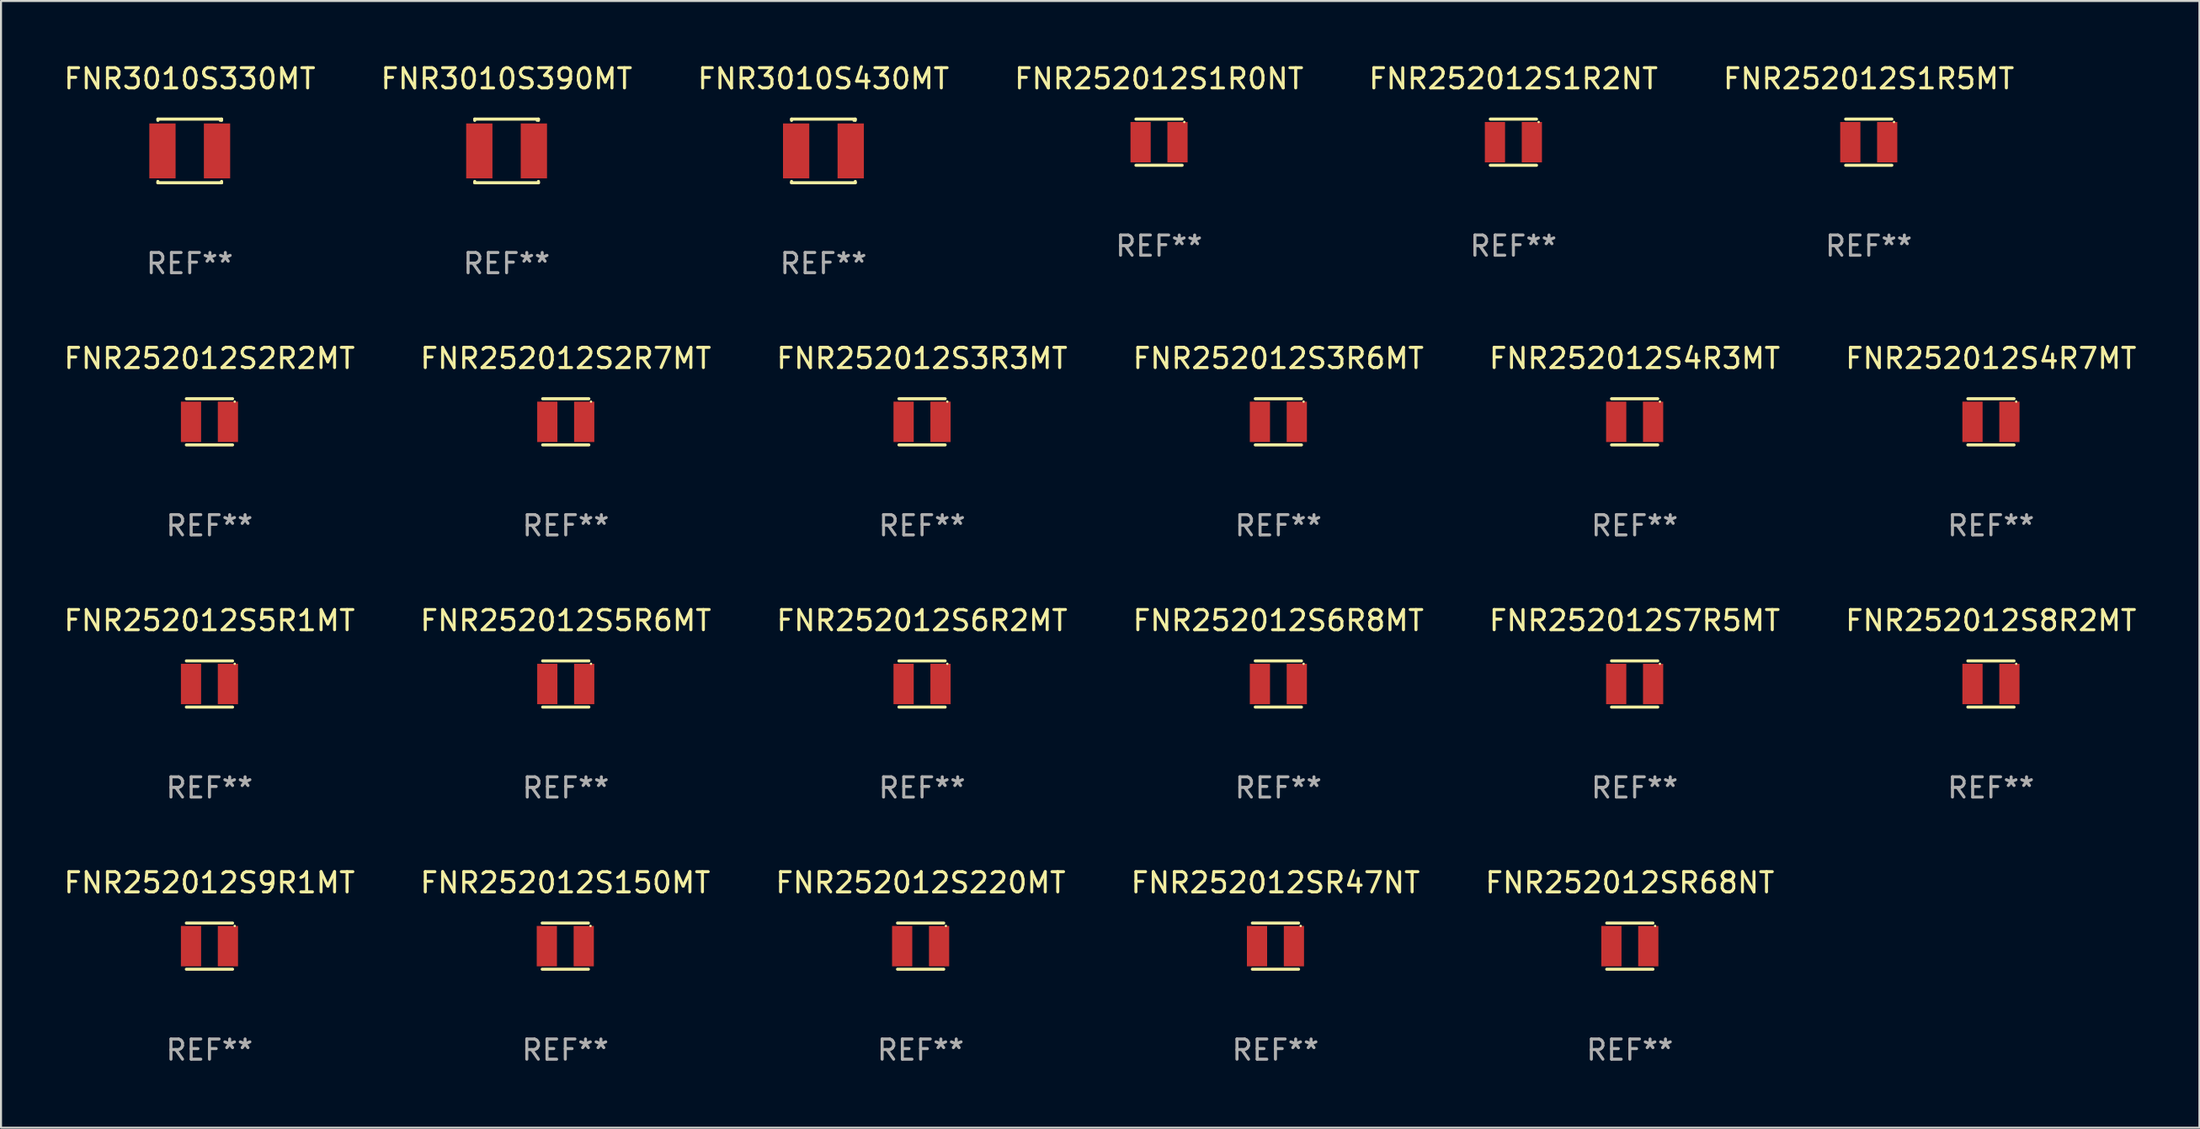
<source format=kicad_pcb>
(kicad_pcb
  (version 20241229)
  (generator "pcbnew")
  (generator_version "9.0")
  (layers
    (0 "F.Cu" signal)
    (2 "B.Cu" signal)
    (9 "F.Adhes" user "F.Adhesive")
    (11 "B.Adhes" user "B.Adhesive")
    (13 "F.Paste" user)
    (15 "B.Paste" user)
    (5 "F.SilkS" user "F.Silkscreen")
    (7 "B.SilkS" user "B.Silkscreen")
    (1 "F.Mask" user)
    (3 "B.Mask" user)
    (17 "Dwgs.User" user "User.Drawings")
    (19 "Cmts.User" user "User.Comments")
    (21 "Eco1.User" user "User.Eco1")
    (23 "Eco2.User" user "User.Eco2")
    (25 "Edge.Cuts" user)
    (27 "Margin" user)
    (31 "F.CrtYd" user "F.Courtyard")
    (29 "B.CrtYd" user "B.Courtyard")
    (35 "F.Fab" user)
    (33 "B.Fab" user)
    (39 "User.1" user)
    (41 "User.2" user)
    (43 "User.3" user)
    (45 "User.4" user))
  (footprint "FNR252012S6R8MT"
    (layer "F.Cu")
    (at 60.208 30.823)
    (property "Reference" "FNR252012S6R8MT" (at 0 -3.143 0) (layer "F.SilkS") (effects (font (size 1 1) (thickness 0.15))))
    (attr through_hole)
    (fp_line (start -1.143 -1.143) (end 1.143 -1.143) (stroke (width 0.152) (type solid)) (layer "F.SilkS"))
    (fp_line (start -1.143 1.143) (end 1.143 1.143) (stroke (width 0.152) (type solid)) (layer "F.SilkS"))
    (fp_circle (center 1.25 -1) (end 1.28 -1) (stroke (width 0.06) (type solid)) (fill no) (layer "F.SilkS"))
    (fp_text user "REF**" (at 0 5.143 0) (layer "F.Fab") (effects (font (size 1 1) (thickness 0.15))))
    (pad "1" smd rect (at 0.913 0) (size 1 2) (layers "F.Cu" "F.Mask" "F.Paste"))
    (pad "2" smd rect (at -0.913 0) (size 1 2) (layers "F.Cu" "F.Mask" "F.Paste")))
  (footprint "FNR252012S1R2NT"
    (layer "F.Cu")
    (at 71.839 3.991)
    (property "Reference" "FNR252012S1R2NT" (at 0 -3.143 0) (layer "F.SilkS") (effects (font (size 1 1) (thickness 0.15))))
    (attr through_hole)
    (fp_line (start -1.143 -1.143) (end 1.143 -1.143) (stroke (width 0.152) (type solid)) (layer "F.SilkS"))
    (fp_line (start -1.143 1.143) (end 1.143 1.143) (stroke (width 0.152) (type solid)) (layer "F.SilkS"))
    (fp_circle (center 1.25 -1) (end 1.28 -1) (stroke (width 0.06) (type solid)) (fill no) (layer "F.SilkS"))
    (fp_text user "REF**" (at 0 5.143 0) (layer "F.Fab") (effects (font (size 1 1) (thickness 0.15))))
    (pad "1" smd rect (at 0.913 0) (size 1 2) (layers "F.Cu" "F.Mask" "F.Paste"))
    (pad "2" smd rect (at -0.913 0) (size 1 2) (layers "F.Cu" "F.Mask" "F.Paste")))
  (footprint "FNR252012S3R6MT"
    (layer "F.Cu")
    (at 60.208 17.84)
    (property "Reference" "FNR252012S3R6MT" (at 0 -3.143 0) (layer "F.SilkS") (effects (font (size 1 1) (thickness 0.15))))
    (attr through_hole)
    (fp_line (start -1.143 -1.143) (end 1.143 -1.143) (stroke (width 0.152) (type solid)) (layer "F.SilkS"))
    (fp_line (start -1.143 1.143) (end 1.143 1.143) (stroke (width 0.152) (type solid)) (layer "F.SilkS"))
    (fp_circle (center 1.25 -1) (end 1.28 -1) (stroke (width 0.06) (type solid)) (fill no) (layer "F.SilkS"))
    (fp_text user "REF**" (at 0 5.143 0) (layer "F.Fab") (effects (font (size 1 1) (thickness 0.15))))
    (pad "1" smd rect (at 0.913 0) (size 1 2) (layers "F.Cu" "F.Mask" "F.Paste"))
    (pad "2" smd rect (at -0.913 0) (size 1 2) (layers "F.Cu" "F.Mask" "F.Paste")))
  (footprint "FNR252012S1R0NT"
    (layer "F.Cu")
    (at 54.304 3.991)
    (property "Reference" "FNR252012S1R0NT" (at 0 -3.143 0) (layer "F.SilkS") (effects (font (size 1 1) (thickness 0.15))))
    (attr through_hole)
    (fp_line (start -1.143 -1.143) (end 1.143 -1.143) (stroke (width 0.152) (type solid)) (layer "F.SilkS"))
    (fp_line (start -1.143 1.143) (end 1.143 1.143) (stroke (width 0.152) (type solid)) (layer "F.SilkS"))
    (fp_circle (center 1.25 -1) (end 1.28 -1) (stroke (width 0.06) (type solid)) (fill no) (layer "F.SilkS"))
    (fp_text user "REF**" (at 0 5.143 0) (layer "F.Fab") (effects (font (size 1 1) (thickness 0.15))))
    (pad "1" smd rect (at 0.913 0) (size 1 2) (layers "F.Cu" "F.Mask" "F.Paste"))
    (pad "2" smd rect (at -0.913 0) (size 1 2) (layers "F.Cu" "F.Mask" "F.Paste")))
  (footprint "FNR252012S3R3MT"
    (layer "F.Cu")
    (at 42.577 17.84)
    (property "Reference" "FNR252012S3R3MT" (at 0 -3.143 0) (layer "F.SilkS") (effects (font (size 1 1) (thickness 0.15))))
    (attr through_hole)
    (fp_line (start -1.143 -1.143) (end 1.143 -1.143) (stroke (width 0.152) (type solid)) (layer "F.SilkS"))
    (fp_line (start -1.143 1.143) (end 1.143 1.143) (stroke (width 0.152) (type solid)) (layer "F.SilkS"))
    (fp_circle (center 1.25 -1) (end 1.28 -1) (stroke (width 0.06) (type solid)) (fill no) (layer "F.SilkS"))
    (fp_text user "REF**" (at 0 5.143 0) (layer "F.Fab") (effects (font (size 1 1) (thickness 0.15))))
    (pad "1" smd rect (at 0.913 0) (size 1 2) (layers "F.Cu" "F.Mask" "F.Paste"))
    (pad "2" smd rect (at -0.913 0) (size 1 2) (layers "F.Cu" "F.Mask" "F.Paste")))
  (footprint "FNR252012S2R7MT"
    (layer "F.Cu")
    (at 24.946 17.84)
    (property "Reference" "FNR252012S2R7MT" (at 0 -3.143 0) (layer "F.SilkS") (effects (font (size 1 1) (thickness 0.15))))
    (attr through_hole)
    (fp_line (start -1.143 -1.143) (end 1.143 -1.143) (stroke (width 0.152) (type solid)) (layer "F.SilkS"))
    (fp_line (start -1.143 1.143) (end 1.143 1.143) (stroke (width 0.152) (type solid)) (layer "F.SilkS"))
    (fp_circle (center 1.25 -1) (end 1.28 -1) (stroke (width 0.06) (type solid)) (fill no) (layer "F.SilkS"))
    (fp_text user "REF**" (at 0 5.143 0) (layer "F.Fab") (effects (font (size 1 1) (thickness 0.15))))
    (pad "1" smd rect (at 0.913 0) (size 1 2) (layers "F.Cu" "F.Mask" "F.Paste"))
    (pad "2" smd rect (at -0.913 0) (size 1 2) (layers "F.Cu" "F.Mask" "F.Paste")))
  (footprint "FNR252012S7R5MT"
    (layer "F.Cu")
    (at 77.839 30.823)
    (property "Reference" "FNR252012S7R5MT" (at 0 -3.143 0) (layer "F.SilkS") (effects (font (size 1 1) (thickness 0.15))))
    (attr through_hole)
    (fp_line (start -1.143 -1.143) (end 1.143 -1.143) (stroke (width 0.152) (type solid)) (layer "F.SilkS"))
    (fp_line (start -1.143 1.143) (end 1.143 1.143) (stroke (width 0.152) (type solid)) (layer "F.SilkS"))
    (fp_circle (center 1.25 -1) (end 1.28 -1) (stroke (width 0.06) (type solid)) (fill no) (layer "F.SilkS"))
    (fp_text user "REF**" (at 0 5.143 0) (layer "F.Fab") (effects (font (size 1 1) (thickness 0.15))))
    (pad "1" smd rect (at 0.913 0) (size 1 2) (layers "F.Cu" "F.Mask" "F.Paste"))
    (pad "2" smd rect (at -0.913 0) (size 1 2) (layers "F.Cu" "F.Mask" "F.Paste")))
  (footprint "FNR252012SR68NT"
    (layer "F.Cu")
    (at 77.601 43.805)
    (property "Reference" "FNR252012SR68NT" (at 0 -3.143 0) (layer "F.SilkS") (effects (font (size 1 1) (thickness 0.15))))
    (attr through_hole)
    (fp_line (start -1.143 -1.143) (end 1.143 -1.143) (stroke (width 0.152) (type solid)) (layer "F.SilkS"))
    (fp_line (start -1.143 1.143) (end 1.143 1.143) (stroke (width 0.152) (type solid)) (layer "F.SilkS"))
    (fp_circle (center 1.25 -1) (end 1.28 -1) (stroke (width 0.06) (type solid)) (fill no) (layer "F.SilkS"))
    (fp_text user "REF**" (at 0 5.143 0) (layer "F.Fab") (effects (font (size 1 1) (thickness 0.15))))
    (pad "1" smd rect (at 0.913 0) (size 1 2) (layers "F.Cu" "F.Mask" "F.Paste"))
    (pad "2" smd rect (at -0.913 0) (size 1 2) (layers "F.Cu" "F.Mask" "F.Paste")))
  (footprint "FNR252012S4R3MT"
    (layer "F.Cu")
    (at 77.839 17.84)
    (property "Reference" "FNR252012S4R3MT" (at 0 -3.143 0) (layer "F.SilkS") (effects (font (size 1 1) (thickness 0.15))))
    (attr through_hole)
    (fp_line (start -1.143 -1.143) (end 1.143 -1.143) (stroke (width 0.152) (type solid)) (layer "F.SilkS"))
    (fp_line (start -1.143 1.143) (end 1.143 1.143) (stroke (width 0.152) (type solid)) (layer "F.SilkS"))
    (fp_circle (center 1.25 -1) (end 1.28 -1) (stroke (width 0.06) (type solid)) (fill no) (layer "F.SilkS"))
    (fp_text user "REF**" (at 0 5.143 0) (layer "F.Fab") (effects (font (size 1 1) (thickness 0.15))))
    (pad "1" smd rect (at 0.913 0) (size 1 2) (layers "F.Cu" "F.Mask" "F.Paste"))
    (pad "2" smd rect (at -0.913 0) (size 1 2) (layers "F.Cu" "F.Mask" "F.Paste")))
  (footprint "FNR252012S9R1MT"
    (layer "F.Cu")
    (at 7.315 43.805)
    (property "Reference" "FNR252012S9R1MT" (at 0 -3.143 0) (layer "F.SilkS") (effects (font (size 1 1) (thickness 0.15))))
    (attr through_hole)
    (fp_line (start -1.143 -1.143) (end 1.143 -1.143) (stroke (width 0.152) (type solid)) (layer "F.SilkS"))
    (fp_line (start -1.143 1.143) (end 1.143 1.143) (stroke (width 0.152) (type solid)) (layer "F.SilkS"))
    (fp_circle (center 1.25 -1) (end 1.28 -1) (stroke (width 0.06) (type solid)) (fill no) (layer "F.SilkS"))
    (fp_text user "REF**" (at 0 5.143 0) (layer "F.Fab") (effects (font (size 1 1) (thickness 0.15))))
    (pad "1" smd rect (at 0.913 0) (size 1 2) (layers "F.Cu" "F.Mask" "F.Paste"))
    (pad "2" smd rect (at -0.913 0) (size 1 2) (layers "F.Cu" "F.Mask" "F.Paste")))
  (footprint "FNR252012S150MT"
    (layer "F.Cu")
    (at 24.923 43.805)
    (property "Reference" "FNR252012S150MT" (at 0 -3.143 0) (layer "F.SilkS") (effects (font (size 1 1) (thickness 0.15))))
    (attr through_hole)
    (fp_line (start -1.143 -1.143) (end 1.143 -1.143) (stroke (width 0.152) (type solid)) (layer "F.SilkS"))
    (fp_line (start -1.143 1.143) (end 1.143 1.143) (stroke (width 0.152) (type solid)) (layer "F.SilkS"))
    (fp_circle (center 1.25 -1) (end 1.28 -1) (stroke (width 0.06) (type solid)) (fill no) (layer "F.SilkS"))
    (fp_text user "REF**" (at 0 5.143 0) (layer "F.Fab") (effects (font (size 1 1) (thickness 0.15))))
    (pad "1" smd rect (at 0.913 0) (size 1 2) (layers "F.Cu" "F.Mask" "F.Paste"))
    (pad "2" smd rect (at -0.913 0) (size 1 2) (layers "F.Cu" "F.Mask" "F.Paste")))
  (footprint "FNR252012S8R2MT"
    (layer "F.Cu")
    (at 95.47 30.823)
    (property "Reference" "FNR252012S8R2MT" (at 0 -3.143 0) (layer "F.SilkS") (effects (font (size 1 1) (thickness 0.15))))
    (attr through_hole)
    (fp_line (start -1.143 -1.143) (end 1.143 -1.143) (stroke (width 0.152) (type solid)) (layer "F.SilkS"))
    (fp_line (start -1.143 1.143) (end 1.143 1.143) (stroke (width 0.152) (type solid)) (layer "F.SilkS"))
    (fp_circle (center 1.25 -1) (end 1.28 -1) (stroke (width 0.06) (type solid)) (fill no) (layer "F.SilkS"))
    (fp_text user "REF**" (at 0 5.143 0) (layer "F.Fab") (effects (font (size 1 1) (thickness 0.15))))
    (pad "1" smd rect (at 0.913 0) (size 1 2) (layers "F.Cu" "F.Mask" "F.Paste"))
    (pad "2" smd rect (at -0.913 0) (size 1 2) (layers "F.Cu" "F.Mask" "F.Paste")))
  (footprint "FNR252012S1R5MT"
    (layer "F.Cu")
    (at 89.423 3.991)
    (property "Reference" "FNR252012S1R5MT" (at 0 -3.143 0) (layer "F.SilkS") (effects (font (size 1 1) (thickness 0.15))))
    (attr through_hole)
    (fp_line (start -1.143 -1.143) (end 1.143 -1.143) (stroke (width 0.152) (type solid)) (layer "F.SilkS"))
    (fp_line (start -1.143 1.143) (end 1.143 1.143) (stroke (width 0.152) (type solid)) (layer "F.SilkS"))
    (fp_circle (center 1.25 -1) (end 1.28 -1) (stroke (width 0.06) (type solid)) (fill no) (layer "F.SilkS"))
    (fp_text user "REF**" (at 0 5.143 0) (layer "F.Fab") (effects (font (size 1 1) (thickness 0.15))))
    (pad "1" smd rect (at 0.913 0) (size 1 2) (layers "F.Cu" "F.Mask" "F.Paste"))
    (pad "2" smd rect (at -0.913 0) (size 1 2) (layers "F.Cu" "F.Mask" "F.Paste")))
  (footprint "FNR252012S2R2MT"
    (layer "F.Cu")
    (at 7.315 17.84)
    (property "Reference" "FNR252012S2R2MT" (at 0 -3.143 0) (layer "F.SilkS") (effects (font (size 1 1) (thickness 0.15))))
    (attr through_hole)
    (fp_line (start -1.143 -1.143) (end 1.143 -1.143) (stroke (width 0.152) (type solid)) (layer "F.SilkS"))
    (fp_line (start -1.143 1.143) (end 1.143 1.143) (stroke (width 0.152) (type solid)) (layer "F.SilkS"))
    (fp_circle (center 1.25 -1) (end 1.28 -1) (stroke (width 0.06) (type solid)) (fill no) (layer "F.SilkS"))
    (fp_text user "REF**" (at 0 5.143 0) (layer "F.Fab") (effects (font (size 1 1) (thickness 0.15))))
    (pad "1" smd rect (at 0.913 0) (size 1 2) (layers "F.Cu" "F.Mask" "F.Paste"))
    (pad "2" smd rect (at -0.913 0) (size 1 2) (layers "F.Cu" "F.Mask" "F.Paste")))
  (footprint "FNR252012S5R6MT"
    (layer "F.Cu")
    (at 24.946 30.823)
    (property "Reference" "FNR252012S5R6MT" (at 0 -3.143 0) (layer "F.SilkS") (effects (font (size 1 1) (thickness 0.15))))
    (attr through_hole)
    (fp_line (start -1.143 -1.143) (end 1.143 -1.143) (stroke (width 0.152) (type solid)) (layer "F.SilkS"))
    (fp_line (start -1.143 1.143) (end 1.143 1.143) (stroke (width 0.152) (type solid)) (layer "F.SilkS"))
    (fp_circle (center 1.25 -1) (end 1.28 -1) (stroke (width 0.06) (type solid)) (fill no) (layer "F.SilkS"))
    (fp_text user "REF**" (at 0 5.143 0) (layer "F.Fab") (effects (font (size 1 1) (thickness 0.15))))
    (pad "1" smd rect (at 0.913 0) (size 1 2) (layers "F.Cu" "F.Mask" "F.Paste"))
    (pad "2" smd rect (at -0.913 0) (size 1 2) (layers "F.Cu" "F.Mask" "F.Paste")))
  (footprint "FNR252012S220MT"
    (layer "F.Cu")
    (at 42.506 43.805)
    (property "Reference" "FNR252012S220MT" (at 0 -3.143 0) (layer "F.SilkS") (effects (font (size 1 1) (thickness 0.15))))
    (attr through_hole)
    (fp_line (start -1.143 -1.143) (end 1.143 -1.143) (stroke (width 0.152) (type solid)) (layer "F.SilkS"))
    (fp_line (start -1.143 1.143) (end 1.143 1.143) (stroke (width 0.152) (type solid)) (layer "F.SilkS"))
    (fp_circle (center 1.25 -1) (end 1.28 -1) (stroke (width 0.06) (type solid)) (fill no) (layer "F.SilkS"))
    (fp_text user "REF**" (at 0 5.143 0) (layer "F.Fab") (effects (font (size 1 1) (thickness 0.15))))
    (pad "1" smd rect (at 0.913 0) (size 1 2) (layers "F.Cu" "F.Mask" "F.Paste"))
    (pad "2" smd rect (at -0.913 0) (size 1 2) (layers "F.Cu" "F.Mask" "F.Paste")))
  (footprint "FNR3010S430MT"
    (layer "F.Cu")
    (at 37.696 4.424)
    (property "Reference" "FNR3010S430MT" (at 0 -3.576 0) (layer "F.SilkS") (effects (font (size 1 1) (thickness 0.15))))
    (attr through_hole)
    (fp_line (start -1.576 -1.576) (end 1.576 -1.576) (stroke (width 0.152) (type solid)) (layer "F.SilkS"))
    (fp_line (start -1.576 -1.512) (end -1.576 -1.576) (stroke (width 0.152) (type solid)) (layer "F.SilkS"))
    (fp_line (start -1.576 1.512) (end -1.576 1.576) (stroke (width 0.152) (type solid)) (layer "F.SilkS"))
    (fp_line (start -1.576 1.576) (end 1.576 1.576) (stroke (width 0.152) (type solid)) (layer "F.SilkS"))
    (fp_line (start 1.576 -1.576) (end 1.576 -1.512) (stroke (width 0.152) (type solid)) (layer "F.SilkS"))
    (fp_line (start 1.576 1.576) (end 1.576 1.512) (stroke (width 0.152) (type solid)) (layer "F.SilkS"))
    (fp_circle (center 1.5 -1.5) (end 1.53 -1.5) (stroke (width 0.06) (type solid)) (fill no) (layer "F.SilkS"))
    (fp_text user "REF**" (at 0 5.576 0) (layer "F.Fab") (effects (font (size 1 1) (thickness 0.15))))
    (pad "1" smd rect (at 1.35 0) (size 1.3 2.72) (layers "F.Cu" "F.Mask" "F.Paste"))
    (pad "2" smd rect (at -1.35 0) (size 1.3 2.72) (layers "F.Cu" "F.Mask" "F.Paste")))
  (footprint "FNR252012S5R1MT"
    (layer "F.Cu")
    (at 7.315 30.823)
    (property "Reference" "FNR252012S5R1MT" (at 0 -3.143 0) (layer "F.SilkS") (effects (font (size 1 1) (thickness 0.15))))
    (attr through_hole)
    (fp_line (start -1.143 -1.143) (end 1.143 -1.143) (stroke (width 0.152) (type solid)) (layer "F.SilkS"))
    (fp_line (start -1.143 1.143) (end 1.143 1.143) (stroke (width 0.152) (type solid)) (layer "F.SilkS"))
    (fp_circle (center 1.25 -1) (end 1.28 -1) (stroke (width 0.06) (type solid)) (fill no) (layer "F.SilkS"))
    (fp_text user "REF**" (at 0 5.143 0) (layer "F.Fab") (effects (font (size 1 1) (thickness 0.15))))
    (pad "1" smd rect (at 0.913 0) (size 1 2) (layers "F.Cu" "F.Mask" "F.Paste"))
    (pad "2" smd rect (at -0.913 0) (size 1 2) (layers "F.Cu" "F.Mask" "F.Paste")))
  (footprint "FNR3010S390MT"
    (layer "F.Cu")
    (at 22.018 4.424)
    (property "Reference" "FNR3010S390MT" (at 0 -3.576 0) (layer "F.SilkS") (effects (font (size 1 1) (thickness 0.15))))
    (attr through_hole)
    (fp_line (start -1.576 -1.576) (end 1.576 -1.576) (stroke (width 0.152) (type solid)) (layer "F.SilkS"))
    (fp_line (start -1.576 -1.512) (end -1.576 -1.576) (stroke (width 0.152) (type solid)) (layer "F.SilkS"))
    (fp_line (start -1.576 1.512) (end -1.576 1.576) (stroke (width 0.152) (type solid)) (layer "F.SilkS"))
    (fp_line (start -1.576 1.576) (end 1.576 1.576) (stroke (width 0.152) (type solid)) (layer "F.SilkS"))
    (fp_line (start 1.576 -1.576) (end 1.576 -1.512) (stroke (width 0.152) (type solid)) (layer "F.SilkS"))
    (fp_line (start 1.576 1.576) (end 1.576 1.512) (stroke (width 0.152) (type solid)) (layer "F.SilkS"))
    (fp_circle (center 1.5 -1.5) (end 1.53 -1.5) (stroke (width 0.06) (type solid)) (fill no) (layer "F.SilkS"))
    (fp_text user "REF**" (at 0 5.576 0) (layer "F.Fab") (effects (font (size 1 1) (thickness 0.15))))
    (pad "1" smd rect (at 1.35 0) (size 1.3 2.72) (layers "F.Cu" "F.Mask" "F.Paste"))
    (pad "2" smd rect (at -1.35 0) (size 1.3 2.72) (layers "F.Cu" "F.Mask" "F.Paste")))
  (footprint "FNR3010S330MT"
    (layer "F.Cu")
    (at 6.339 4.424)
    (property "Reference" "FNR3010S330MT" (at 0 -3.576 0) (layer "F.SilkS") (effects (font (size 1 1) (thickness 0.15))))
    (attr through_hole)
    (fp_line (start -1.576 -1.576) (end 1.576 -1.576) (stroke (width 0.152) (type solid)) (layer "F.SilkS"))
    (fp_line (start -1.576 -1.512) (end -1.576 -1.576) (stroke (width 0.152) (type solid)) (layer "F.SilkS"))
    (fp_line (start -1.576 1.512) (end -1.576 1.576) (stroke (width 0.152) (type solid)) (layer "F.SilkS"))
    (fp_line (start -1.576 1.576) (end 1.576 1.576) (stroke (width 0.152) (type solid)) (layer "F.SilkS"))
    (fp_line (start 1.576 -1.576) (end 1.576 -1.512) (stroke (width 0.152) (type solid)) (layer "F.SilkS"))
    (fp_line (start 1.576 1.576) (end 1.576 1.512) (stroke (width 0.152) (type solid)) (layer "F.SilkS"))
    (fp_circle (center 1.5 -1.5) (end 1.53 -1.5) (stroke (width 0.06) (type solid)) (fill no) (layer "F.SilkS"))
    (fp_text user "REF**" (at 0 5.576 0) (layer "F.Fab") (effects (font (size 1 1) (thickness 0.15))))
    (pad "1" smd rect (at 1.35 0) (size 1.3 2.72) (layers "F.Cu" "F.Mask" "F.Paste"))
    (pad "2" smd rect (at -1.35 0) (size 1.3 2.72) (layers "F.Cu" "F.Mask" "F.Paste")))
  (footprint "FNR252012S6R2MT"
    (layer "F.Cu")
    (at 42.577 30.823)
    (property "Reference" "FNR252012S6R2MT" (at 0 -3.143 0) (layer "F.SilkS") (effects (font (size 1 1) (thickness 0.15))))
    (attr through_hole)
    (fp_line (start -1.143 -1.143) (end 1.143 -1.143) (stroke (width 0.152) (type solid)) (layer "F.SilkS"))
    (fp_line (start -1.143 1.143) (end 1.143 1.143) (stroke (width 0.152) (type solid)) (layer "F.SilkS"))
    (fp_circle (center 1.25 -1) (end 1.28 -1) (stroke (width 0.06) (type solid)) (fill no) (layer "F.SilkS"))
    (fp_text user "REF**" (at 0 5.143 0) (layer "F.Fab") (effects (font (size 1 1) (thickness 0.15))))
    (pad "1" smd rect (at 0.913 0) (size 1 2) (layers "F.Cu" "F.Mask" "F.Paste"))
    (pad "2" smd rect (at -0.913 0) (size 1 2) (layers "F.Cu" "F.Mask" "F.Paste")))
  (footprint "FNR252012SR47NT"
    (layer "F.Cu")
    (at 60.065 43.805)
    (property "Reference" "FNR252012SR47NT" (at 0 -3.143 0) (layer "F.SilkS") (effects (font (size 1 1) (thickness 0.15))))
    (attr through_hole)
    (fp_line (start -1.143 -1.143) (end 1.143 -1.143) (stroke (width 0.152) (type solid)) (layer "F.SilkS"))
    (fp_line (start -1.143 1.143) (end 1.143 1.143) (stroke (width 0.152) (type solid)) (layer "F.SilkS"))
    (fp_circle (center 1.25 -1) (end 1.28 -1) (stroke (width 0.06) (type solid)) (fill no) (layer "F.SilkS"))
    (fp_text user "REF**" (at 0 5.143 0) (layer "F.Fab") (effects (font (size 1 1) (thickness 0.15))))
    (pad "1" smd rect (at 0.913 0) (size 1 2) (layers "F.Cu" "F.Mask" "F.Paste"))
    (pad "2" smd rect (at -0.913 0) (size 1 2) (layers "F.Cu" "F.Mask" "F.Paste")))
  (footprint "FNR252012S4R7MT"
    (layer "F.Cu")
    (at 95.47 17.84)
    (property "Reference" "FNR252012S4R7MT" (at 0 -3.143 0) (layer "F.SilkS") (effects (font (size 1 1) (thickness 0.15))))
    (attr through_hole)
    (fp_line (start -1.143 -1.143) (end 1.143 -1.143) (stroke (width 0.152) (type solid)) (layer "F.SilkS"))
    (fp_line (start -1.143 1.143) (end 1.143 1.143) (stroke (width 0.152) (type solid)) (layer "F.SilkS"))
    (fp_circle (center 1.25 -1) (end 1.28 -1) (stroke (width 0.06) (type solid)) (fill no) (layer "F.SilkS"))
    (fp_text user "REF**" (at 0 5.143 0) (layer "F.Fab") (effects (font (size 1 1) (thickness 0.15))))
    (pad "1" smd rect (at 0.913 0) (size 1 2) (layers "F.Cu" "F.Mask" "F.Paste"))
    (pad "2" smd rect (at -0.913 0) (size 1 2) (layers "F.Cu" "F.Mask" "F.Paste")))
  (gr_rect
    (start -3 -3)
    (end 105.786 52.796)
    (stroke (width 0.1) (type default))
    (fill no)
    (layer "Edge.Cuts")))
</source>
